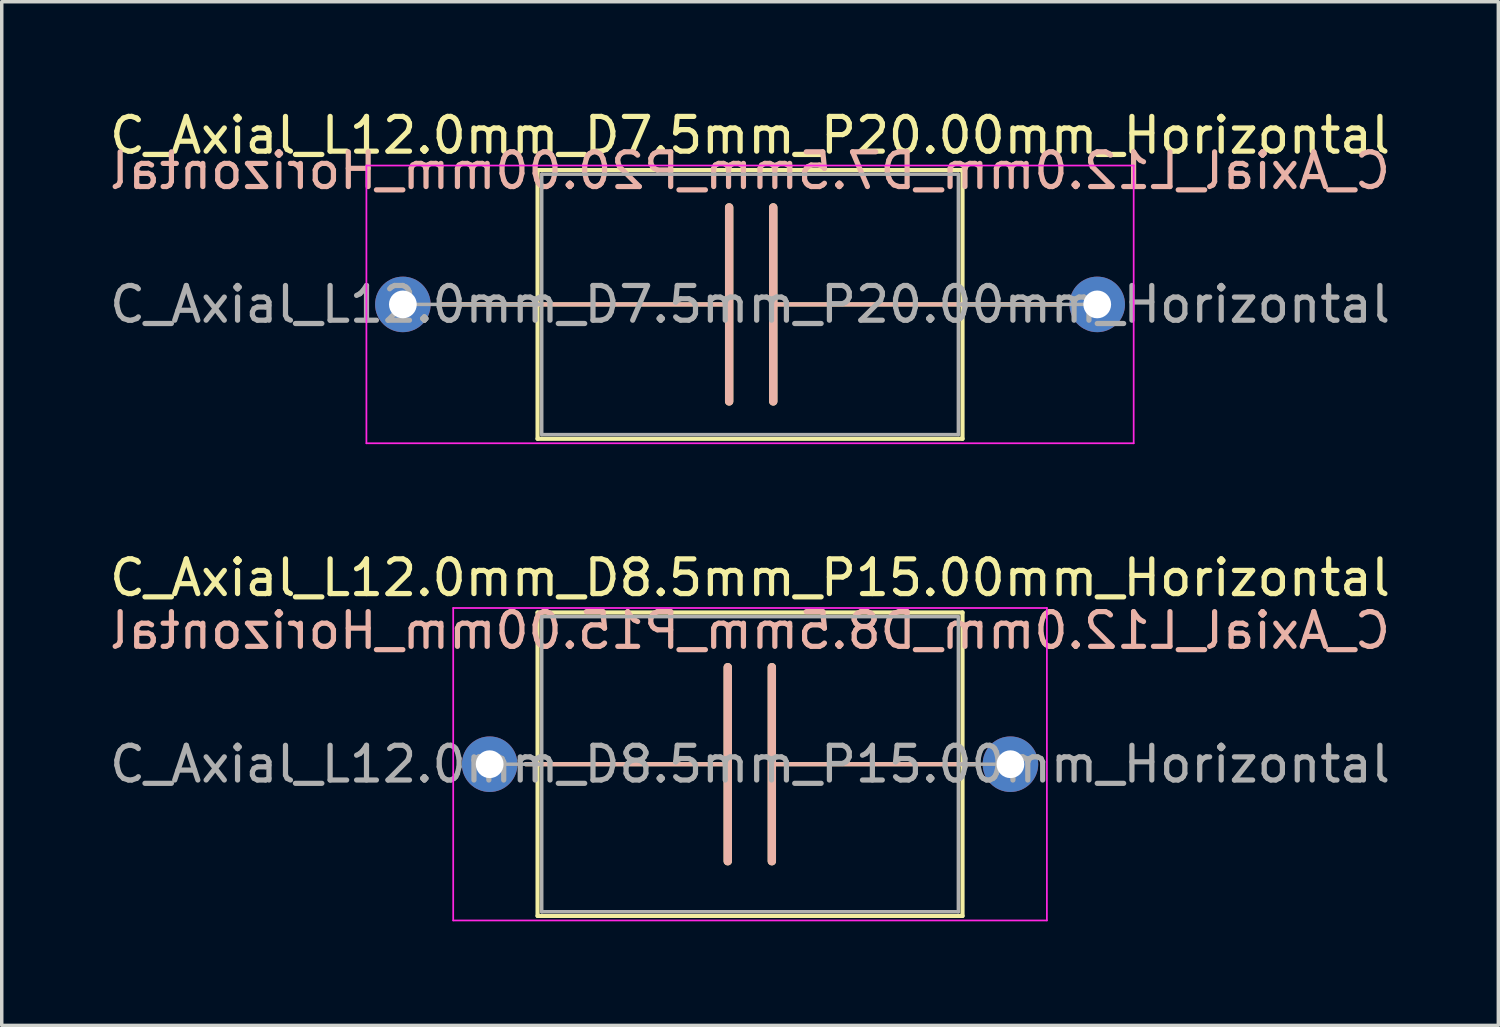
<source format=kicad_pcb>
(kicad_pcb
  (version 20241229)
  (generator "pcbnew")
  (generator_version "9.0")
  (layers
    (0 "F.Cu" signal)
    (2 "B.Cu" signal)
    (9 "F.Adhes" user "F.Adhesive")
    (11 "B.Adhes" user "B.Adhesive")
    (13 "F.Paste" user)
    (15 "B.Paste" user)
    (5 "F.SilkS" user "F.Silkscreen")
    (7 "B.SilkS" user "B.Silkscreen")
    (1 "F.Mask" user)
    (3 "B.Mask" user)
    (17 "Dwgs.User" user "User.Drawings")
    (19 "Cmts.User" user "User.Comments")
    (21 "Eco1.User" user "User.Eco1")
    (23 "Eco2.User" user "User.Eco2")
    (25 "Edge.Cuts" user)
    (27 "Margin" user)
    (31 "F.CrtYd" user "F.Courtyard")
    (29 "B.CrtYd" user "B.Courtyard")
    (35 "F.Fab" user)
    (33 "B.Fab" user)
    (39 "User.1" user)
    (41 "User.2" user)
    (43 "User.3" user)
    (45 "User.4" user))
  (footprint "C_Axial_L12.0mm_D8.5mm_P15.00mm_Horizontal"
    (layer "F.Cu")
    (at 11.054 18.962)
    (property "Reference" "C_Axial_L12.0mm_D8.5mm_P15.00mm_Horizontal" (at 7.5 -5.37 0) (layer "F.SilkS") (effects (font (size 1 1) (thickness 0.15))))
    (fp_line (start 1.04 0) (end 1.38 0) (stroke (width 0.12) (type solid)) (layer "F.SilkS"))
    (fp_line (start 1.38 -4.37) (end 1.38 4.37) (stroke (width 0.12) (type solid)) (layer "F.SilkS"))
    (fp_line (start 1.38 0) (end 6.858 0) (stroke (width 0.12) (type solid)) (layer "F.SilkS"))
    (fp_line (start 1.38 4.37) (end 13.62 4.37) (stroke (width 0.12) (type solid)) (layer "F.SilkS"))
    (fp_line (start 6.858 -2.794) (end 6.858 2.794) (stroke (width 0.24) (type solid)) (layer "F.SilkS"))
    (fp_line (start 8.128 2.794) (end 8.128 -2.794) (stroke (width 0.24) (type solid)) (layer "F.SilkS"))
    (fp_line (start 13.62 -4.37) (end 1.38 -4.37) (stroke (width 0.12) (type solid)) (layer "F.SilkS"))
    (fp_line (start 13.62 0) (end 8.128 0) (stroke (width 0.12) (type solid)) (layer "F.SilkS"))
    (fp_line (start 13.62 4.37) (end 13.62 -4.37) (stroke (width 0.12) (type solid)) (layer "F.SilkS"))
    (fp_line (start 13.96 0) (end 13.62 0) (stroke (width 0.12) (type solid)) (layer "F.SilkS"))
    (fp_line (start 1.04 0) (end 1.38 0) (stroke (width 0.12) (type solid)) (layer "B.SilkS"))
    (fp_line (start 1.38 0) (end 6.858 0) (stroke (width 0.12) (type solid)) (layer "B.SilkS"))
    (fp_line (start 6.858 2.794) (end 6.858 -2.794) (stroke (width 0.24) (type solid)) (layer "B.SilkS"))
    (fp_line (start 8.128 -2.794) (end 8.128 2.794) (stroke (width 0.24) (type solid)) (layer "B.SilkS"))
    (fp_line (start 13.62 0) (end 8.128 0) (stroke (width 0.12) (type solid)) (layer "B.SilkS"))
    (fp_line (start 13.96 0) (end 13.62 0) (stroke (width 0.12) (type solid)) (layer "B.SilkS"))
    (fp_line (start -1.05 -4.5) (end -1.05 4.5) (stroke (width 0.05) (type solid)) (layer "F.CrtYd"))
    (fp_line (start -1.05 4.5) (end 16.05 4.5) (stroke (width 0.05) (type solid)) (layer "F.CrtYd"))
    (fp_line (start 16.05 -4.5) (end -1.05 -4.5) (stroke (width 0.05) (type solid)) (layer "F.CrtYd"))
    (fp_line (start 16.05 4.5) (end 16.05 -4.5) (stroke (width 0.05) (type solid)) (layer "F.CrtYd"))
    (fp_line (start 0 0) (end 1.5 0) (stroke (width 0.1) (type solid)) (layer "F.Fab"))
    (fp_line (start 1.5 -4.25) (end 1.5 4.25) (stroke (width 0.1) (type solid)) (layer "F.Fab"))
    (fp_line (start 1.5 4.25) (end 13.5 4.25) (stroke (width 0.1) (type solid)) (layer "F.Fab"))
    (fp_line (start 13.5 -4.25) (end 1.5 -4.25) (stroke (width 0.1) (type solid)) (layer "F.Fab"))
    (fp_line (start 13.5 4.25) (end 13.5 -4.25) (stroke (width 0.1) (type solid)) (layer "F.Fab"))
    (fp_line (start 15 0) (end 13.5 0) (stroke (width 0.1) (type solid)) (layer "F.Fab"))
    (fp_text user "${REFERENCE}" (at 7.5 -3.85 0) (layer "B.SilkS") (effects (font (size 1 1) (thickness 0.15)) (justify mirror)))
    (fp_text user "${REFERENCE}" (at 7.5 0 0) (layer "F.Fab") (effects (font (size 1 1) (thickness 0.15))))
    (pad "1" thru_hole circle (at 0 0) (size 1.6 1.6) (drill 0.8) (layers "*.Cu" "*.Mask"))
    (pad "2" thru_hole oval (at 15 0) (size 1.6 1.6) (drill 0.8) (layers "*.Cu" "*.Mask")))
  (footprint "C_Axial_L12.0mm_D7.5mm_P20.00mm_Horizontal"
    (layer "F.Cu")
    (at 8.554 5.718)
    (property "Reference" "C_Axial_L12.0mm_D7.5mm_P20.00mm_Horizontal" (at 10 -4.87 0) (layer "F.SilkS") (effects (font (size 1 1) (thickness 0.15))))
    (fp_line (start 1.04 0) (end 3.88 0) (stroke (width 0.12) (type solid)) (layer "F.SilkS"))
    (fp_line (start 3.88 -3.87) (end 3.88 3.87) (stroke (width 0.12) (type solid)) (layer "F.SilkS"))
    (fp_line (start 3.88 0) (end 9.398 0) (stroke (width 0.12) (type solid)) (layer "F.SilkS"))
    (fp_line (start 3.88 3.87) (end 16.12 3.87) (stroke (width 0.12) (type solid)) (layer "F.SilkS"))
    (fp_line (start 9.398 -2.794) (end 9.398 2.794) (stroke (width 0.24) (type solid)) (layer "F.SilkS"))
    (fp_line (start 10.668 2.794) (end 10.668 -2.794) (stroke (width 0.24) (type solid)) (layer "F.SilkS"))
    (fp_line (start 16.12 -3.87) (end 3.88 -3.87) (stroke (width 0.12) (type solid)) (layer "F.SilkS"))
    (fp_line (start 16.12 0) (end 10.668 0) (stroke (width 0.12) (type solid)) (layer "F.SilkS"))
    (fp_line (start 16.12 3.87) (end 16.12 -3.87) (stroke (width 0.12) (type solid)) (layer "F.SilkS"))
    (fp_line (start 18.96 0) (end 16.12 0) (stroke (width 0.12) (type solid)) (layer "F.SilkS"))
    (fp_line (start 1.04 0) (end 3.88 0) (stroke (width 0.12) (type solid)) (layer "B.SilkS"))
    (fp_line (start 3.88 0) (end 9.398 0) (stroke (width 0.12) (type solid)) (layer "B.SilkS"))
    (fp_line (start 9.398 2.794) (end 9.398 -2.794) (stroke (width 0.24) (type solid)) (layer "B.SilkS"))
    (fp_line (start 10.668 -2.794) (end 10.668 2.794) (stroke (width 0.24) (type solid)) (layer "B.SilkS"))
    (fp_line (start 16.12 0) (end 10.668 0) (stroke (width 0.12) (type solid)) (layer "B.SilkS"))
    (fp_line (start 18.96 0) (end 16.12 0) (stroke (width 0.12) (type solid)) (layer "B.SilkS"))
    (fp_line (start -1.05 -4) (end -1.05 4) (stroke (width 0.05) (type solid)) (layer "F.CrtYd"))
    (fp_line (start -1.05 4) (end 21.05 4) (stroke (width 0.05) (type solid)) (layer "F.CrtYd"))
    (fp_line (start 21.05 -4) (end -1.05 -4) (stroke (width 0.05) (type solid)) (layer "F.CrtYd"))
    (fp_line (start 21.05 4) (end 21.05 -4) (stroke (width 0.05) (type solid)) (layer "F.CrtYd"))
    (fp_line (start 0 0) (end 4 0) (stroke (width 0.1) (type solid)) (layer "F.Fab"))
    (fp_line (start 4 -3.75) (end 4 3.75) (stroke (width 0.1) (type solid)) (layer "F.Fab"))
    (fp_line (start 4 3.75) (end 16 3.75) (stroke (width 0.1) (type solid)) (layer "F.Fab"))
    (fp_line (start 16 -3.75) (end 4 -3.75) (stroke (width 0.1) (type solid)) (layer "F.Fab"))
    (fp_line (start 16 3.75) (end 16 -3.75) (stroke (width 0.1) (type solid)) (layer "F.Fab"))
    (fp_line (start 20 0) (end 16 0) (stroke (width 0.1) (type solid)) (layer "F.Fab"))
    (fp_text user "${REFERENCE}" (at 10 -3.85 0) (layer "B.SilkS") (effects (font (size 1 1) (thickness 0.15)) (justify mirror)))
    (fp_text user "${REFERENCE}" (at 10 0 0) (layer "F.Fab") (effects (font (size 1 1) (thickness 0.15))))
    (pad "1" thru_hole circle (at 0 0) (size 1.6 1.6) (drill 0.8) (layers "*.Cu" "*.Mask"))
    (pad "2" thru_hole oval (at 20 0) (size 1.6 1.6) (drill 0.8) (layers "*.Cu" "*.Mask")))
  (gr_rect
    (start -3 -3)
    (end 40.107 26.486)
    (stroke (width 0.1) (type default))
    (fill no)
    (layer "Edge.Cuts")))
</source>
